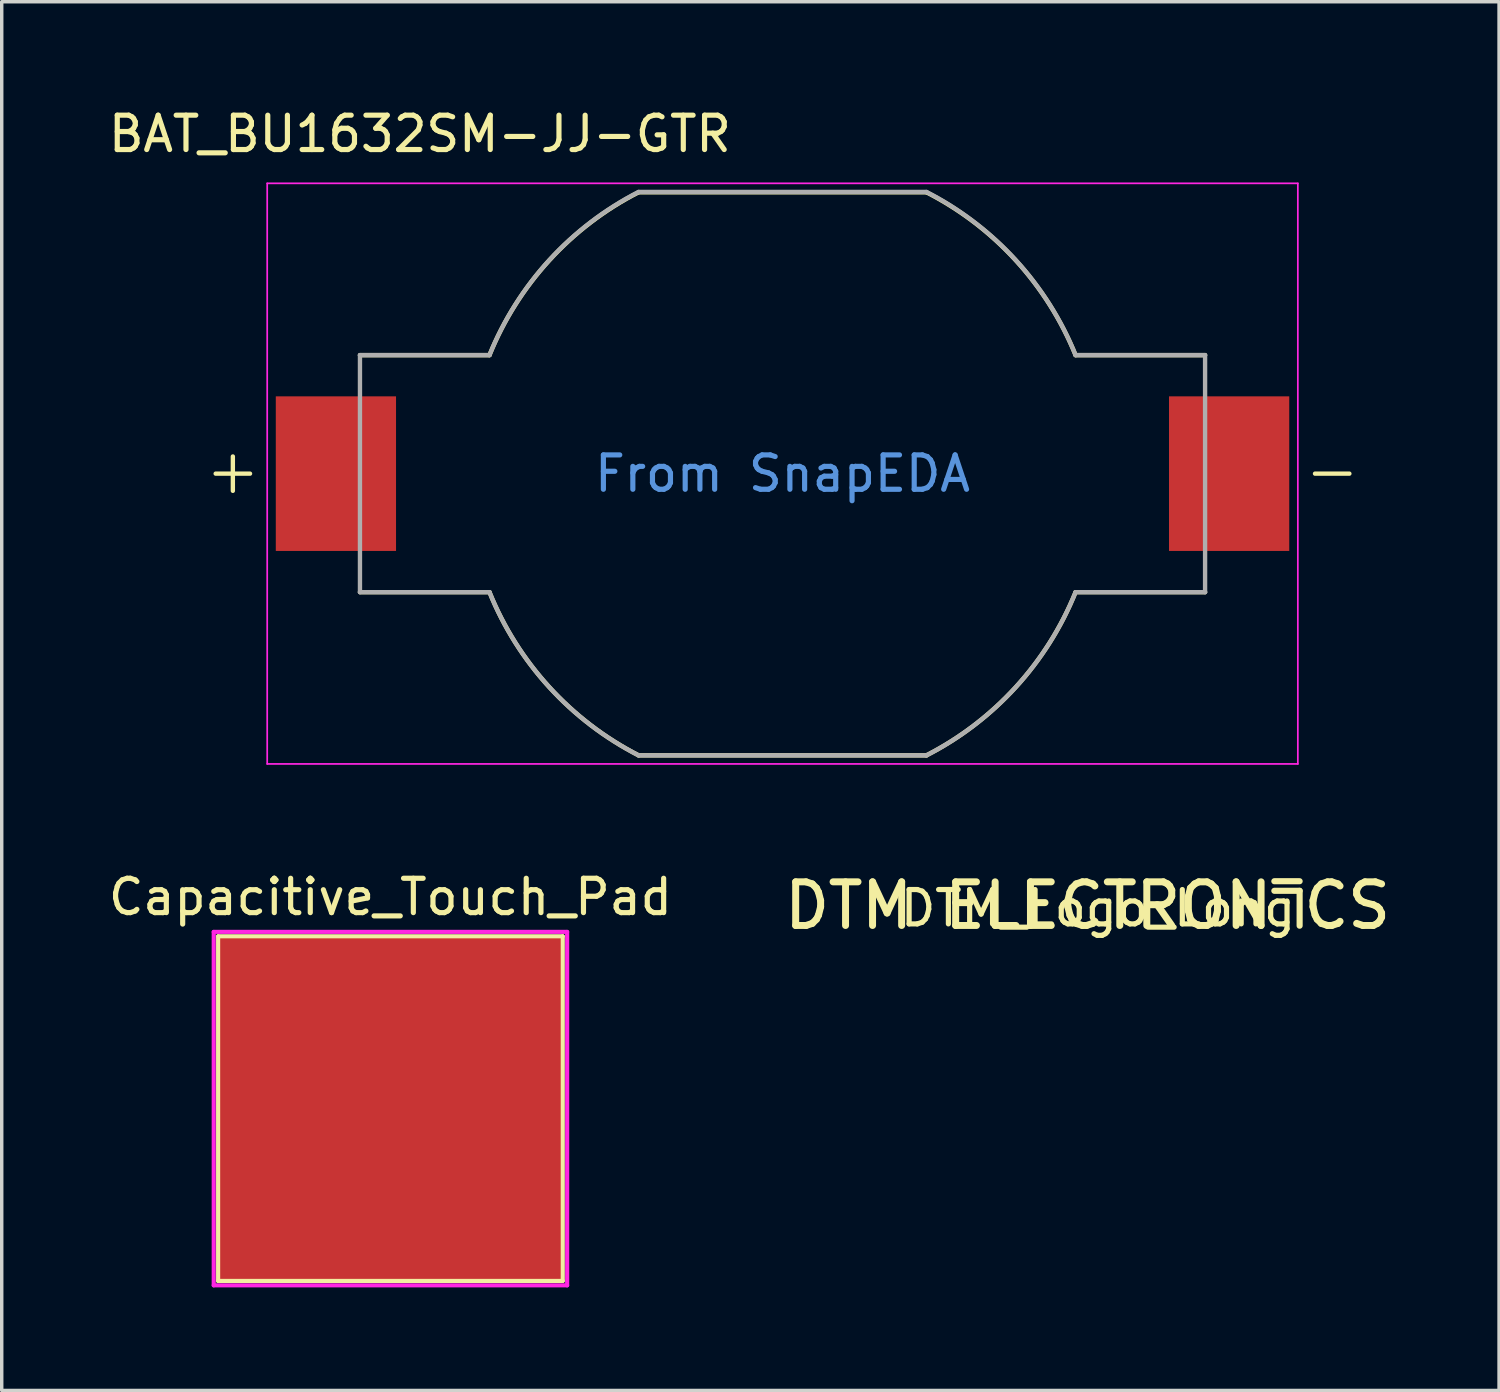
<source format=kicad_pcb>
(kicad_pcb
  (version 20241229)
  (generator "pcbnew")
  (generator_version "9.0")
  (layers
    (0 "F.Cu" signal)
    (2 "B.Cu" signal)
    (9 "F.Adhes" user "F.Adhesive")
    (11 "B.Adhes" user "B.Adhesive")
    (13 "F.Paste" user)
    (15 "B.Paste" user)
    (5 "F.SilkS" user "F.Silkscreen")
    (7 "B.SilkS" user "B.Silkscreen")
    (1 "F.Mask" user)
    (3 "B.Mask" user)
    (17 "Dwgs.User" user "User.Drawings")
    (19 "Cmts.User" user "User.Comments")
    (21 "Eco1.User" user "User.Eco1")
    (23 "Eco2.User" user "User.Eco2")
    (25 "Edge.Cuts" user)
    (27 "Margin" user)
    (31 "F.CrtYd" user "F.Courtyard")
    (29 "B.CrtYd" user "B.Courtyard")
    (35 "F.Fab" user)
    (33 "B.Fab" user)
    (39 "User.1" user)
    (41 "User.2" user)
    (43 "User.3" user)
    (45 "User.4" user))
  (footprint "Capacitive_Touch_Pad"
    (layer "F.Cu")
    (at 8.315 29.22)
    (property "Reference" "Capacitive_Touch_Pad" (at 0 -6.16 0) (layer "F.SilkS") (effects (font (size 1 1) (thickness 0.15))))
    (attr smd)
    (fp_line (start -5.016 -5.016) (end 5.016 -5.016) (stroke (width 0.12) (type solid)) (layer "F.SilkS"))
    (fp_line (start -5.016 5.016) (end -5.016 -5.016) (stroke (width 0.12) (type solid)) (layer "F.SilkS"))
    (fp_line (start 5.016 -5.016) (end 5.016 5.016) (stroke (width 0.12) (type solid)) (layer "F.SilkS"))
    (fp_line (start 5.016 5.016) (end -5.016 5.016) (stroke (width 0.12) (type solid)) (layer "F.SilkS"))
    (fp_line (start -5.144 -5.144) (end 5.144 -5.144) (stroke (width 0.12) (type solid)) (layer "F.CrtYd"))
    (fp_line (start -5.144 5.144) (end -5.144 -5.144) (stroke (width 0.12) (type solid)) (layer "F.CrtYd"))
    (fp_line (start 5.144 -5.144) (end 5.144 5.144) (stroke (width 0.12) (type solid)) (layer "F.CrtYd"))
    (fp_line (start 5.144 5.144) (end -5.144 5.144) (stroke (width 0.12) (type solid)) (layer "F.CrtYd"))
    (pad "1" smd rect (at 0 0) (size 10 10) (layers "F.Cu")))
  (footprint "DTM_Logo_Long"
    (layer "F.Cu")
    (at 28.608 23.312)
    (property "Reference" "DTM_Logo_Long" (at 0.305 0.076 0) (layer "F.SilkS") (effects (font (size 1 1) (thickness 0.15))))
    (attr through_hole)
    (fp_line (start 6.172 -0.711) (end 5.436 -0.711) (stroke (width 0.178) (type solid)) (layer "F.SilkS"))
    (fp_line (start 6.172 -0.432) (end 5.436 -0.432) (stroke (width 0.178) (type solid)) (layer "F.SilkS"))
    (fp_line (start 6.172 0.584) (end 6.172 -0.432) (stroke (width 0.178) (type solid)) (layer "F.SilkS"))
    (fp_text user "DTM ELECTRON CS" (at 0 0 0) (layer "F.SilkS") (effects (font (size 1.27 1.27) (thickness 0.203)))))
  (footprint "BAT_BU1632SM-JJ-GTR"
    (layer "F.Cu")
    (at 19.728 10.737)
    (property "Reference" "BAT_BU1632SM-JJ-GTR" (at -10.555 -9.889 0) (layer "F.SilkS") (effects (font (size 1 1) (thickness 0.15))))
    (attr through_hole)
    (fp_line (start -16.5 0) (end -15.5 0) (stroke (width 0.127) (type solid)) (layer "F.SilkS"))
    (fp_line (start -16 -0.5) (end -16 0.5) (stroke (width 0.127) (type solid)) (layer "F.SilkS"))
    (fp_line (start -12.3 3.45) (end -8.53 3.45) (stroke (width 0.127) (type solid)) (layer "F.SilkS"))
    (fp_line (start -8.53 -3.45) (end -12.3 -3.45) (stroke (width 0.127) (type solid)) (layer "F.SilkS"))
    (fp_line (start -4.19 -8.19) (end 4.19 -8.19) (stroke (width 0.127) (type solid)) (layer "F.SilkS"))
    (fp_line (start 4.19 8.2) (end -4.19 8.2) (stroke (width 0.127) (type solid)) (layer "F.SilkS"))
    (fp_line (start 8.53 3.45) (end 12.3 3.45) (stroke (width 0.127) (type solid)) (layer "F.SilkS"))
    (fp_line (start 12.3 -3.45) (end 8.53 -3.45) (stroke (width 0.127) (type solid)) (layer "F.SilkS"))
    (fp_line (start 15.5 0) (end 16.5 0) (stroke (width 0.127) (type solid)) (layer "F.SilkS"))
    (fp_arc (start -8.53 -3.45) (mid -6.787284 -6.211227) (end -4.19 -8.19) (stroke (width 0.127) (type solid)) (layer "F.SilkS"))
    (fp_arc (start -4.19 8.2) (mid -6.788186 6.216227) (end -8.53 3.45) (stroke (width 0.127) (type solid)) (layer "F.SilkS"))
    (fp_arc (start 4.19 -8.19) (mid 6.787284 -6.211227) (end 8.53 -3.45) (stroke (width 0.127) (type solid)) (layer "F.SilkS"))
    (fp_arc (start 8.53 3.45) (mid 6.788186 6.216227) (end 4.19 8.2) (stroke (width 0.127) (type solid)) (layer "F.SilkS"))
    (fp_line (start -15 -8.45) (end -15 8.45) (stroke (width 0.05) (type solid)) (layer "F.CrtYd"))
    (fp_line (start -15 8.45) (end 15 8.45) (stroke (width 0.05) (type solid)) (layer "F.CrtYd"))
    (fp_line (start 15 -8.45) (end -15 -8.45) (stroke (width 0.05) (type solid)) (layer "F.CrtYd"))
    (fp_line (start 15 8.45) (end 15 -8.45) (stroke (width 0.05) (type solid)) (layer "F.CrtYd"))
    (fp_line (start -12.3 -3.45) (end -12.3 3.45) (stroke (width 0.127) (type solid)) (layer "F.Fab"))
    (fp_line (start -12.3 3.45) (end -8.53 3.45) (stroke (width 0.127) (type solid)) (layer "F.Fab"))
    (fp_line (start -8.53 -3.45) (end -12.3 -3.45) (stroke (width 0.127) (type solid)) (layer "F.Fab"))
    (fp_line (start -4.19 -8.2) (end 4.19 -8.2) (stroke (width 0.127) (type solid)) (layer "F.Fab"))
    (fp_line (start 4.19 8.2) (end -4.19 8.2) (stroke (width 0.127) (type solid)) (layer "F.Fab"))
    (fp_line (start 8.53 3.45) (end 12.3 3.45) (stroke (width 0.127) (type solid)) (layer "F.Fab"))
    (fp_line (start 12.3 -3.45) (end 8.53 -3.45) (stroke (width 0.127) (type solid)) (layer "F.Fab"))
    (fp_line (start 12.3 3.45) (end 12.3 -3.45) (stroke (width 0.127) (type solid)) (layer "F.Fab"))
    (fp_arc (start -8.53 -3.45) (mid -6.788186 -6.216227) (end -4.19 -8.2) (stroke (width 0.127) (type solid)) (layer "F.Fab"))
    (fp_arc (start -4.19 8.2) (mid -6.788186 6.216227) (end -8.53 3.45) (stroke (width 0.127) (type solid)) (layer "F.Fab"))
    (fp_arc (start 4.19 -8.2) (mid 6.788186 -6.216227) (end 8.53 -3.45) (stroke (width 0.127) (type solid)) (layer "F.Fab"))
    (fp_arc (start 8.53 3.45) (mid 6.788186 6.216227) (end 4.19 8.2) (stroke (width 0.127) (type solid)) (layer "F.Fab"))
    (fp_text user "From SnapEDA" (at 0 0 0) (layer "Cmts.User") (effects (font (size 1 1) (thickness 0.15))))
    (pad "1" smd rect (at -13 0) (size 3.5 4.5) (layers "F.Cu" "F.Mask" "F.Paste"))
    (pad "2" smd rect (at 13 0) (size 3.5 4.5) (layers "F.Cu" "F.Mask" "F.Paste")))
  (gr_rect
    (start -3 -3)
    (end 40.585 37.423)
    (stroke (width 0.1) (type default))
    (fill no)
    (layer "Edge.Cuts")))
</source>
